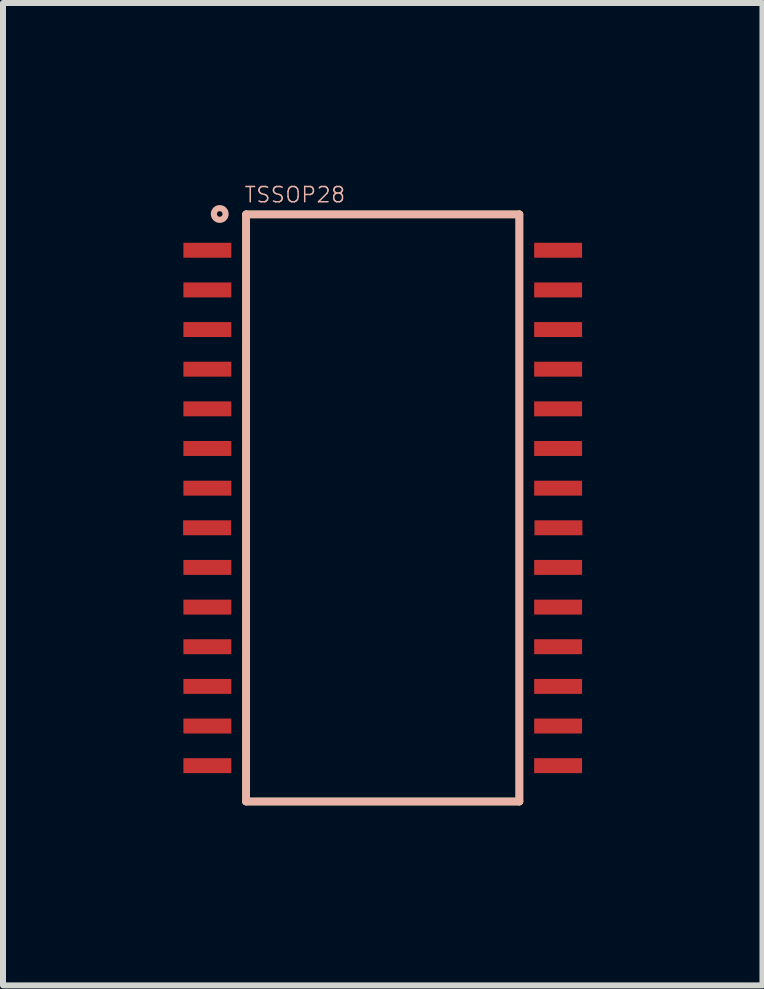
<source format=kicad_pcb>
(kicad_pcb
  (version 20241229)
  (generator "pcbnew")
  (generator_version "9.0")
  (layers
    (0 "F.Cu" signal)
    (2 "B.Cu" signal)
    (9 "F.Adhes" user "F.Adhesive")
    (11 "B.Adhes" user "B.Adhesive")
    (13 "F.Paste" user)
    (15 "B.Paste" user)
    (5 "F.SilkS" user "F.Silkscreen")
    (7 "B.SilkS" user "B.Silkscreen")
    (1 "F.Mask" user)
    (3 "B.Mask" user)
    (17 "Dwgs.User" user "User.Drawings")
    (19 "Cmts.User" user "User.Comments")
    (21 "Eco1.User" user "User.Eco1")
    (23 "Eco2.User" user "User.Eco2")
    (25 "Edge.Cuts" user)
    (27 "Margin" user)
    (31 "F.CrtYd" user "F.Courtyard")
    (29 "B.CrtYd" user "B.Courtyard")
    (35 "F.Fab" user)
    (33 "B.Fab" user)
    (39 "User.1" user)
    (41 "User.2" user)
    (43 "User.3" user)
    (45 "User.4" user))
  (footprint "TSSOP28"
    (layer "F.Cu")
    (at 3.325 5.741)
    (property "Reference" "TSSOP28" (at -1.463 -5.547 0) (layer "B.SilkS") (effects (font (size 0.254 0.254) (thickness 0.025))))
    (attr smd)
    (fp_line (start -2.276 -5.22) (end -2.276 4.559) (stroke (width 0.127) (type solid)) (layer "F.SilkS"))
    (fp_line (start -2.276 4.559) (end 2.276 4.559) (stroke (width 0.127) (type solid)) (layer "F.SilkS"))
    (fp_line (start 2.276 -5.22) (end -2.276 -5.22) (stroke (width 0.127) (type solid)) (layer "F.SilkS"))
    (fp_line (start 2.276 4.559) (end 2.276 -5.22) (stroke (width 0.127) (type solid)) (layer "F.SilkS"))
    (fp_line (start -2.276 -5.22) (end 2.276 -5.22) (stroke (width 0.127) (type solid)) (layer "B.SilkS"))
    (fp_line (start -2.276 4.559) (end -2.276 -5.22) (stroke (width 0.127) (type solid)) (layer "B.SilkS"))
    (fp_line (start 2.276 -5.22) (end 2.276 4.559) (stroke (width 0.127) (type solid)) (layer "B.SilkS"))
    (fp_line (start 2.276 4.559) (end -2.276 4.559) (stroke (width 0.127) (type solid)) (layer "B.SilkS"))
    (fp_circle (center -2.715 -5.227) (end -2.784 -5.296) (stroke (width 0.102) (type solid)) (fill no) (layer "B.SilkS"))
    (pad "1" smd rect (at -2.921 -4.623) (size 0.798 0.249) (layers "F.Cu" "F.Mask" "F.Paste"))
    (pad "2" smd rect (at -2.921 -3.962) (size 0.798 0.249) (layers "F.Cu" "F.Mask" "F.Paste"))
    (pad "3" smd rect (at -2.921 -3.302) (size 0.798 0.249) (layers "F.Cu" "F.Mask" "F.Paste"))
    (pad "4" smd rect (at -2.921 -2.642) (size 0.798 0.249) (layers "F.Cu" "F.Mask" "F.Paste"))
    (pad "5" smd rect (at -2.921 -1.981) (size 0.798 0.249) (layers "F.Cu" "F.Mask" "F.Paste"))
    (pad "6" smd rect (at -2.921 -1.321) (size 0.798 0.249) (layers "F.Cu" "F.Mask" "F.Paste"))
    (pad "7" smd rect (at -2.921 -0.66) (size 0.798 0.249) (layers "F.Cu" "F.Mask" "F.Paste"))
    (pad "8" smd rect (at -2.926 0) (size 0.798 0.249) (layers "F.Cu" "F.Mask" "F.Paste"))
    (pad "9" smd rect (at -2.921 0.66) (size 0.798 0.249) (layers "F.Cu" "F.Mask" "F.Paste"))
    (pad "10" smd rect (at -2.921 1.321) (size 0.798 0.249) (layers "F.Cu" "F.Mask" "F.Paste"))
    (pad "11" smd rect (at -2.921 1.981) (size 0.798 0.249) (layers "F.Cu" "F.Mask" "F.Paste"))
    (pad "12" smd rect (at -2.921 2.642) (size 0.798 0.249) (layers "F.Cu" "F.Mask" "F.Paste"))
    (pad "13" smd rect (at -2.921 3.302) (size 0.798 0.249) (layers "F.Cu" "F.Mask" "F.Paste"))
    (pad "14" smd rect (at -2.921 3.962) (size 0.798 0.249) (layers "F.Cu" "F.Mask" "F.Paste"))
    (pad "15" smd rect (at 2.921 3.962) (size 0.798 0.249) (layers "F.Cu" "F.Mask" "F.Paste"))
    (pad "16" smd rect (at 2.921 3.302) (size 0.798 0.249) (layers "F.Cu" "F.Mask" "F.Paste"))
    (pad "17" smd rect (at 2.921 2.642) (size 0.798 0.249) (layers "F.Cu" "F.Mask" "F.Paste"))
    (pad "18" smd rect (at 2.921 1.981) (size 0.798 0.249) (layers "F.Cu" "F.Mask" "F.Paste"))
    (pad "19" smd rect (at 2.921 1.321) (size 0.798 0.249) (layers "F.Cu" "F.Mask" "F.Paste"))
    (pad "20" smd rect (at 2.921 0.66) (size 0.798 0.249) (layers "F.Cu" "F.Mask" "F.Paste"))
    (pad "21" smd rect (at 2.926 0) (size 0.798 0.249) (layers "F.Cu" "F.Mask" "F.Paste"))
    (pad "22" smd rect (at 2.921 -0.66) (size 0.798 0.249) (layers "F.Cu" "F.Mask" "F.Paste"))
    (pad "23" smd rect (at 2.921 -1.321) (size 0.798 0.249) (layers "F.Cu" "F.Mask" "F.Paste"))
    (pad "24" smd rect (at 2.921 -1.981) (size 0.798 0.249) (layers "F.Cu" "F.Mask" "F.Paste"))
    (pad "25" smd rect (at 2.921 -2.642) (size 0.798 0.249) (layers "F.Cu" "F.Mask" "F.Paste"))
    (pad "26" smd rect (at 2.921 -3.302) (size 0.798 0.249) (layers "F.Cu" "F.Mask" "F.Paste"))
    (pad "27" smd rect (at 2.921 -3.962) (size 0.798 0.249) (layers "F.Cu" "F.Mask" "F.Paste"))
    (pad "28" smd rect (at 2.921 -4.623) (size 0.798 0.249) (layers "F.Cu" "F.Mask" "F.Paste")))
  (gr_rect
    (start -3 -3)
    (end 9.65 13.363)
    (stroke (width 0.1) (type default))
    (fill no)
    (layer "Edge.Cuts")))
</source>
